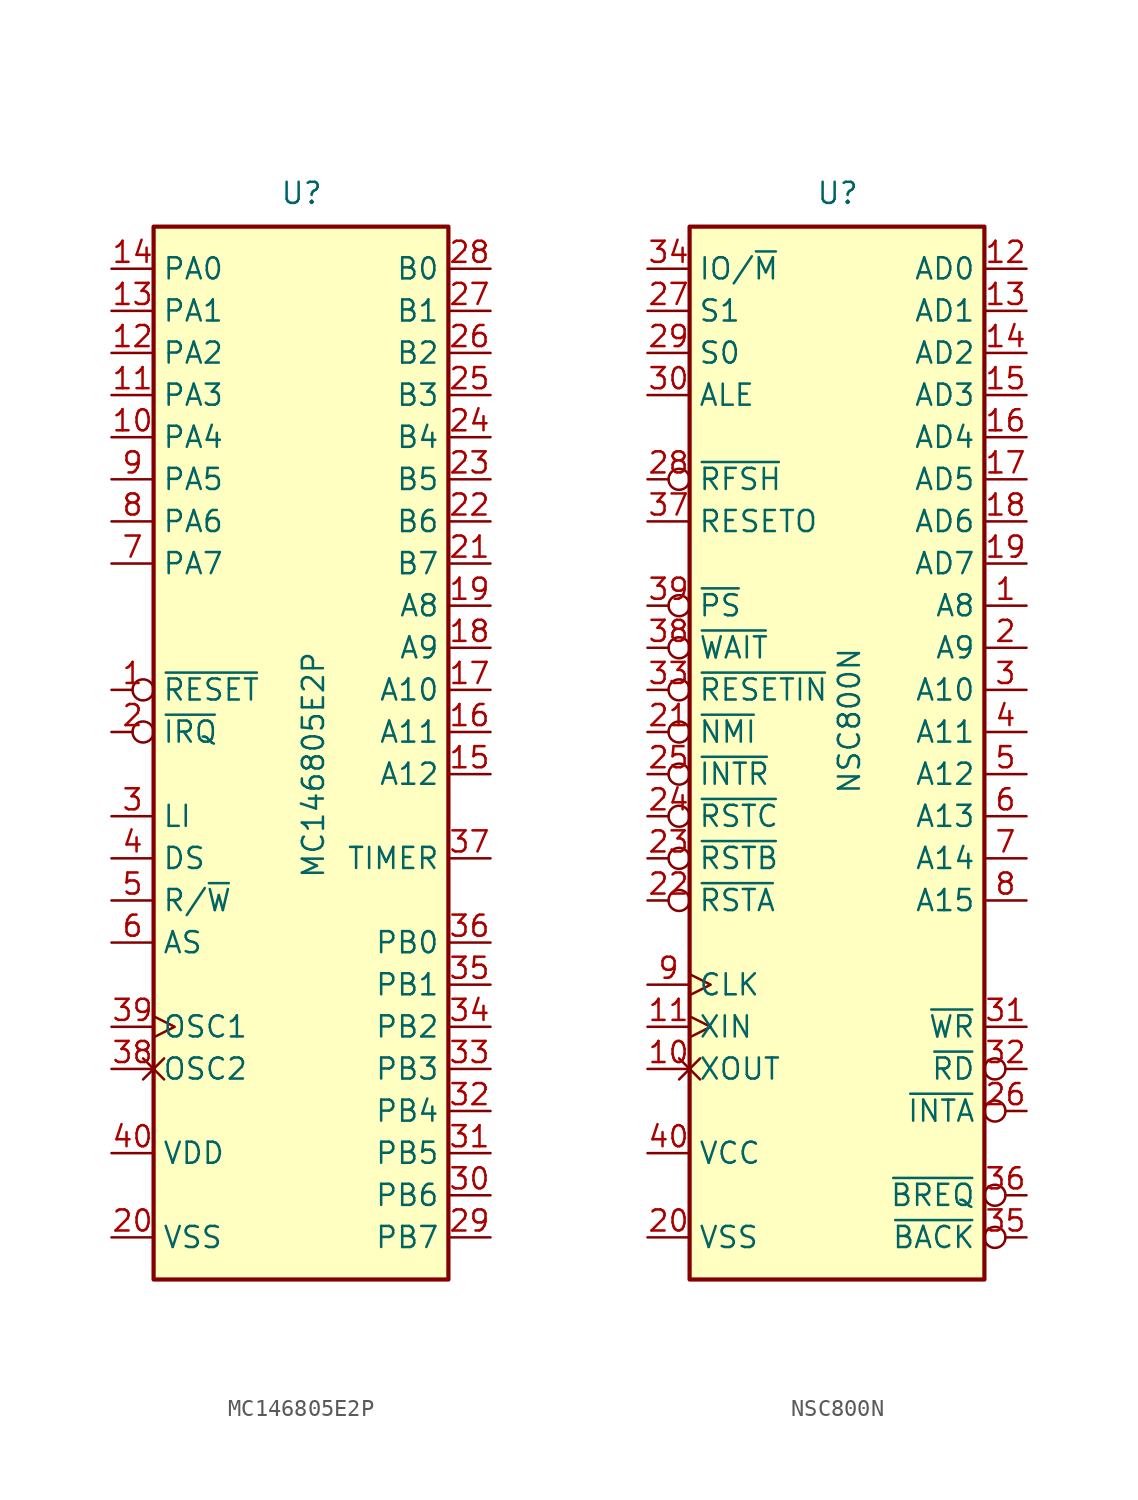
<source format=kicad_sym>
(kicad_symbol_lib
  (version 20220914)
  (generator kicad_symbol_editor)
  (symbol "MC146805E2P"
    (property "Reference" "U"
      (at -1.27 31.75 0)
      (effects (font (size 1.27 1.27)) (justify left bottom)))
    (property "Value" "MC146805E2P"
      (at 0 -8.89 90)
      (effects (font (size 1.27 1.27)) (justify left top)))
    (symbol "MC146805E2P_0_1"
      (rectangle (start -8.89 -33.02) (end 8.89 30.48) (stroke (width 0.254) (type default)) (fill (type background))))
    (symbol "MC146805E2P_1_1"
      (pin input inverted (at -11.43 2.54 0) (length 2.54) (name "~{RESET}" (effects (font (size 1.27 1.27)))) (number "1" (effects (font (size 1.27 1.27)))))
      (pin bidirectional line (at -11.43 17.78 0) (length 2.54) (name "PA4" (effects (font (size 1.27 1.27)))) (number "10" (effects (font (size 1.27 1.27)))))
      (pin bidirectional line (at -11.43 20.32 0) (length 2.54) (name "PA3" (effects (font (size 1.27 1.27)))) (number "11" (effects (font (size 1.27 1.27)))))
      (pin bidirectional line (at -11.43 22.86 0) (length 2.54) (name "PA2" (effects (font (size 1.27 1.27)))) (number "12" (effects (font (size 1.27 1.27)))))
      (pin bidirectional line (at -11.43 25.4 0) (length 2.54) (name "PA1" (effects (font (size 1.27 1.27)))) (number "13" (effects (font (size 1.27 1.27)))))
      (pin bidirectional line (at -11.43 27.94 0) (length 2.54) (name "PA0" (effects (font (size 1.27 1.27)))) (number "14" (effects (font (size 1.27 1.27)))))
      (pin output line (at 11.43 -2.54 180) (length 2.54) (name "A12" (effects (font (size 1.27 1.27)))) (number "15" (effects (font (size 1.27 1.27)))))
      (pin output line (at 11.43 0 180) (length 2.54) (name "A11" (effects (font (size 1.27 1.27)))) (number "16" (effects (font (size 1.27 1.27)))))
      (pin output line (at 11.43 2.54 180) (length 2.54) (name "A10" (effects (font (size 1.27 1.27)))) (number "17" (effects (font (size 1.27 1.27)))))
      (pin output line (at 11.43 5.08 180) (length 2.54) (name "A9" (effects (font (size 1.27 1.27)))) (number "18" (effects (font (size 1.27 1.27)))))
      (pin output line (at 11.43 7.62 180) (length 2.54) (name "A8" (effects (font (size 1.27 1.27)))) (number "19" (effects (font (size 1.27 1.27)))))
      (pin input inverted (at -11.43 0 0) (length 2.54) (name "~{IRQ}" (effects (font (size 1.27 1.27)))) (number "2" (effects (font (size 1.27 1.27)))))
      (pin power_in line (at -11.43 -30.48 0) (length 2.54) (name "VSS" (effects (font (size 1.27 1.27)))) (number "20" (effects (font (size 1.27 1.27)))))
      (pin bidirectional line (at 11.43 10.16 180) (length 2.54) (name "B7" (effects (font (size 1.27 1.27)))) (number "21" (effects (font (size 1.27 1.27)))))
      (pin bidirectional line (at 11.43 12.7 180) (length 2.54) (name "B6" (effects (font (size 1.27 1.27)))) (number "22" (effects (font (size 1.27 1.27)))))
      (pin bidirectional line (at 11.43 15.24 180) (length 2.54) (name "B5" (effects (font (size 1.27 1.27)))) (number "23" (effects (font (size 1.27 1.27)))))
      (pin bidirectional line (at 11.43 17.78 180) (length 2.54) (name "B4" (effects (font (size 1.27 1.27)))) (number "24" (effects (font (size 1.27 1.27)))))
      (pin bidirectional line (at 11.43 20.32 180) (length 2.54) (name "B3" (effects (font (size 1.27 1.27)))) (number "25" (effects (font (size 1.27 1.27)))))
      (pin bidirectional line (at 11.43 22.86 180) (length 2.54) (name "B2" (effects (font (size 1.27 1.27)))) (number "26" (effects (font (size 1.27 1.27)))))
      (pin bidirectional line (at 11.43 25.4 180) (length 2.54) (name "B1" (effects (font (size 1.27 1.27)))) (number "27" (effects (font (size 1.27 1.27)))))
      (pin bidirectional line (at 11.43 27.94 180) (length 2.54) (name "B0" (effects (font (size 1.27 1.27)))) (number "28" (effects (font (size 1.27 1.27)))))
      (pin bidirectional line (at 11.43 -30.48 180) (length 2.54) (name "PB7" (effects (font (size 1.27 1.27)))) (number "29" (effects (font (size 1.27 1.27)))))
      (pin output line (at -11.43 -5.08 0) (length 2.54) (name "LI" (effects (font (size 1.27 1.27)))) (number "3" (effects (font (size 1.27 1.27)))))
      (pin bidirectional line (at 11.43 -27.94 180) (length 2.54) (name "PB6" (effects (font (size 1.27 1.27)))) (number "30" (effects (font (size 1.27 1.27)))))
      (pin bidirectional line (at 11.43 -25.4 180) (length 2.54) (name "PB5" (effects (font (size 1.27 1.27)))) (number "31" (effects (font (size 1.27 1.27)))))
      (pin bidirectional line (at 11.43 -22.86 180) (length 2.54) (name "PB4" (effects (font (size 1.27 1.27)))) (number "32" (effects (font (size 1.27 1.27)))))
      (pin bidirectional line (at 11.43 -20.32 180) (length 2.54) (name "PB3" (effects (font (size 1.27 1.27)))) (number "33" (effects (font (size 1.27 1.27)))))
      (pin bidirectional line (at 11.43 -17.78 180) (length 2.54) (name "PB2" (effects (font (size 1.27 1.27)))) (number "34" (effects (font (size 1.27 1.27)))))
      (pin bidirectional line (at 11.43 -15.24 180) (length 2.54) (name "PB1" (effects (font (size 1.27 1.27)))) (number "35" (effects (font (size 1.27 1.27)))))
      (pin bidirectional line (at 11.43 -12.7 180) (length 2.54) (name "PB0" (effects (font (size 1.27 1.27)))) (number "36" (effects (font (size 1.27 1.27)))))
      (pin input line (at 11.43 -7.62 180) (length 2.54) (name "TIMER" (effects (font (size 1.27 1.27)))) (number "37" (effects (font (size 1.27 1.27)))))
      (pin output non_logic (at -11.43 -20.32 0) (length 2.54) (name "OSC2" (effects (font (size 1.27 1.27)))) (number "38" (effects (font (size 1.27 1.27)))))
      (pin input clock (at -11.43 -17.78 0) (length 2.54) (name "OSC1" (effects (font (size 1.27 1.27)))) (number "39" (effects (font (size 1.27 1.27)))))
      (pin output line (at -11.43 -7.62 0) (length 2.54) (name "DS" (effects (font (size 1.27 1.27)))) (number "4" (effects (font (size 1.27 1.27)))))
      (pin power_in line (at -11.43 -25.4 0) (length 2.54) (name "VDD" (effects (font (size 1.27 1.27)))) (number "40" (effects (font (size 1.27 1.27)))))
      (pin output line (at -11.43 -10.16 0) (length 2.54) (name "R/~{W}" (effects (font (size 1.27 1.27)))) (number "5" (effects (font (size 1.27 1.27)))))
      (pin output line (at -11.43 -12.7 0) (length 2.54) (name "AS" (effects (font (size 1.27 1.27)))) (number "6" (effects (font (size 1.27 1.27)))))
      (pin bidirectional line (at -11.43 10.16 0) (length 2.54) (name "PA7" (effects (font (size 1.27 1.27)))) (number "7" (effects (font (size 1.27 1.27)))))
      (pin bidirectional line (at -11.43 12.7 0) (length 2.54) (name "PA6" (effects (font (size 1.27 1.27)))) (number "8" (effects (font (size 1.27 1.27)))))
      (pin bidirectional line (at -11.43 15.24 0) (length 2.54) (name "PA5" (effects (font (size 1.27 1.27)))) (number "9" (effects (font (size 1.27 1.27)))))))
  (symbol "NSC800N"
    (property "Reference" "U"
      (at -1.27 31.75 0)
      (effects (font (size 1.27 1.27)) (justify left bottom)))
    (property "Value" "NSC800N"
      (at 0 -3.81 90)
      (effects (font (size 1.27 1.27)) (justify left top)))
    (symbol "NSC800N_0_1"
      (rectangle (start -8.89 -33.02) (end 8.89 30.48) (stroke (width 0.254) (type default)) (fill (type background))))
    (symbol "NSC800N_1_1"
      (pin output line (at 11.43 7.62 180) (length 2.54) (name "A8" (effects (font (size 1.27 1.27)))) (number "1" (effects (font (size 1.27 1.27)))))
      (pin input non_logic (at -11.43 -20.32 0) (length 2.54) (name "XOUT" (effects (font (size 1.27 1.27)))) (number "10" (effects (font (size 1.27 1.27)))))
      (pin input clock (at -11.43 -17.78 0) (length 2.54) (name "XIN" (effects (font (size 1.27 1.27)))) (number "11" (effects (font (size 1.27 1.27)))))
      (pin bidirectional line (at 11.43 27.94 180) (length 2.54) (name "AD0" (effects (font (size 1.27 1.27)))) (number "12" (effects (font (size 1.27 1.27)))))
      (pin bidirectional line (at 11.43 25.4 180) (length 2.54) (name "AD1" (effects (font (size 1.27 1.27)))) (number "13" (effects (font (size 1.27 1.27)))))
      (pin bidirectional line (at 11.43 22.86 180) (length 2.54) (name "AD2" (effects (font (size 1.27 1.27)))) (number "14" (effects (font (size 1.27 1.27)))))
      (pin bidirectional line (at 11.43 20.32 180) (length 2.54) (name "AD3" (effects (font (size 1.27 1.27)))) (number "15" (effects (font (size 1.27 1.27)))))
      (pin bidirectional line (at 11.43 17.78 180) (length 2.54) (name "AD4" (effects (font (size 1.27 1.27)))) (number "16" (effects (font (size 1.27 1.27)))))
      (pin bidirectional line (at 11.43 15.24 180) (length 2.54) (name "AD5" (effects (font (size 1.27 1.27)))) (number "17" (effects (font (size 1.27 1.27)))))
      (pin bidirectional line (at 11.43 12.7 180) (length 2.54) (name "AD6" (effects (font (size 1.27 1.27)))) (number "18" (effects (font (size 1.27 1.27)))))
      (pin bidirectional line (at 11.43 10.16 180) (length 2.54) (name "AD7" (effects (font (size 1.27 1.27)))) (number "19" (effects (font (size 1.27 1.27)))))
      (pin output line (at 11.43 5.08 180) (length 2.54) (name "A9" (effects (font (size 1.27 1.27)))) (number "2" (effects (font (size 1.27 1.27)))))
      (pin power_in line (at -11.43 -30.48 0) (length 2.54) (name "VSS" (effects (font (size 1.27 1.27)))) (number "20" (effects (font (size 1.27 1.27)))))
      (pin input inverted (at -11.43 0 0) (length 2.54) (name "~{NMI}" (effects (font (size 1.27 1.27)))) (number "21" (effects (font (size 1.27 1.27)))))
      (pin input inverted (at -11.43 -10.16 0) (length 2.54) (name "~{RSTA}" (effects (font (size 1.27 1.27)))) (number "22" (effects (font (size 1.27 1.27)))))
      (pin input inverted (at -11.43 -7.62 0) (length 2.54) (name "~{RSTB}" (effects (font (size 1.27 1.27)))) (number "23" (effects (font (size 1.27 1.27)))))
      (pin input inverted (at -11.43 -5.08 0) (length 2.54) (name "~{RSTC}" (effects (font (size 1.27 1.27)))) (number "24" (effects (font (size 1.27 1.27)))))
      (pin input inverted (at -11.43 -2.54 0) (length 2.54) (name "~{INTR}" (effects (font (size 1.27 1.27)))) (number "25" (effects (font (size 1.27 1.27)))))
      (pin output inverted (at 11.43 -22.86 180) (length 2.54) (name "~{INTA}" (effects (font (size 1.27 1.27)))) (number "26" (effects (font (size 1.27 1.27)))))
      (pin output line (at -11.43 25.4 0) (length 2.54) (name "S1" (effects (font (size 1.27 1.27)))) (number "27" (effects (font (size 1.27 1.27)))))
      (pin output inverted (at -11.43 15.24 0) (length 2.54) (name "~{RFSH}" (effects (font (size 1.27 1.27)))) (number "28" (effects (font (size 1.27 1.27)))))
      (pin output line (at -11.43 22.86 0) (length 2.54) (name "S0" (effects (font (size 1.27 1.27)))) (number "29" (effects (font (size 1.27 1.27)))))
      (pin output line (at 11.43 2.54 180) (length 2.54) (name "A10" (effects (font (size 1.27 1.27)))) (number "3" (effects (font (size 1.27 1.27)))))
      (pin output line (at -11.43 20.32 0) (length 2.54) (name "ALE" (effects (font (size 1.27 1.27)))) (number "30" (effects (font (size 1.27 1.27)))))
      (pin output line (at 11.43 -17.78 180) (length 2.54) (name "~{WR}" (effects (font (size 1.27 1.27)))) (number "31" (effects (font (size 1.27 1.27)))))
      (pin output inverted (at 11.43 -20.32 180) (length 2.54) (name "~{RD}" (effects (font (size 1.27 1.27)))) (number "32" (effects (font (size 1.27 1.27)))))
      (pin input inverted (at -11.43 2.54 0) (length 2.54) (name "~{RESETIN}" (effects (font (size 1.27 1.27)))) (number "33" (effects (font (size 1.27 1.27)))))
      (pin output line (at -11.43 27.94 0) (length 2.54) (name "IO/~{M}" (effects (font (size 1.27 1.27)))) (number "34" (effects (font (size 1.27 1.27)))))
      (pin output inverted (at 11.43 -30.48 180) (length 2.54) (name "~{BACK}" (effects (font (size 1.27 1.27)))) (number "35" (effects (font (size 1.27 1.27)))))
      (pin input inverted (at 11.43 -27.94 180) (length 2.54) (name "~{BREQ}" (effects (font (size 1.27 1.27)))) (number "36" (effects (font (size 1.27 1.27)))))
      (pin output line (at -11.43 12.7 0) (length 2.54) (name "RESETO" (effects (font (size 1.27 1.27)))) (number "37" (effects (font (size 1.27 1.27)))))
      (pin input inverted (at -11.43 5.08 0) (length 2.54) (name "~{WAIT}" (effects (font (size 1.27 1.27)))) (number "38" (effects (font (size 1.27 1.27)))))
      (pin input inverted (at -11.43 7.62 0) (length 2.54) (name "~{PS}" (effects (font (size 1.27 1.27)))) (number "39" (effects (font (size 1.27 1.27)))))
      (pin output line (at 11.43 0 180) (length 2.54) (name "A11" (effects (font (size 1.27 1.27)))) (number "4" (effects (font (size 1.27 1.27)))))
      (pin power_in line (at -11.43 -25.4 0) (length 2.54) (name "VCC" (effects (font (size 1.27 1.27)))) (number "40" (effects (font (size 1.27 1.27)))))
      (pin output line (at 11.43 -2.54 180) (length 2.54) (name "A12" (effects (font (size 1.27 1.27)))) (number "5" (effects (font (size 1.27 1.27)))))
      (pin output line (at 11.43 -5.08 180) (length 2.54) (name "A13" (effects (font (size 1.27 1.27)))) (number "6" (effects (font (size 1.27 1.27)))))
      (pin output line (at 11.43 -7.62 180) (length 2.54) (name "A14" (effects (font (size 1.27 1.27)))) (number "7" (effects (font (size 1.27 1.27)))))
      (pin output line (at 11.43 -10.16 180) (length 2.54) (name "A15" (effects (font (size 1.27 1.27)))) (number "8" (effects (font (size 1.27 1.27)))))
      (pin output clock (at -11.43 -15.24 0) (length 2.54) (name "CLK" (effects (font (size 1.27 1.27)))) (number "9" (effects (font (size 1.27 1.27))))))))
</source>
